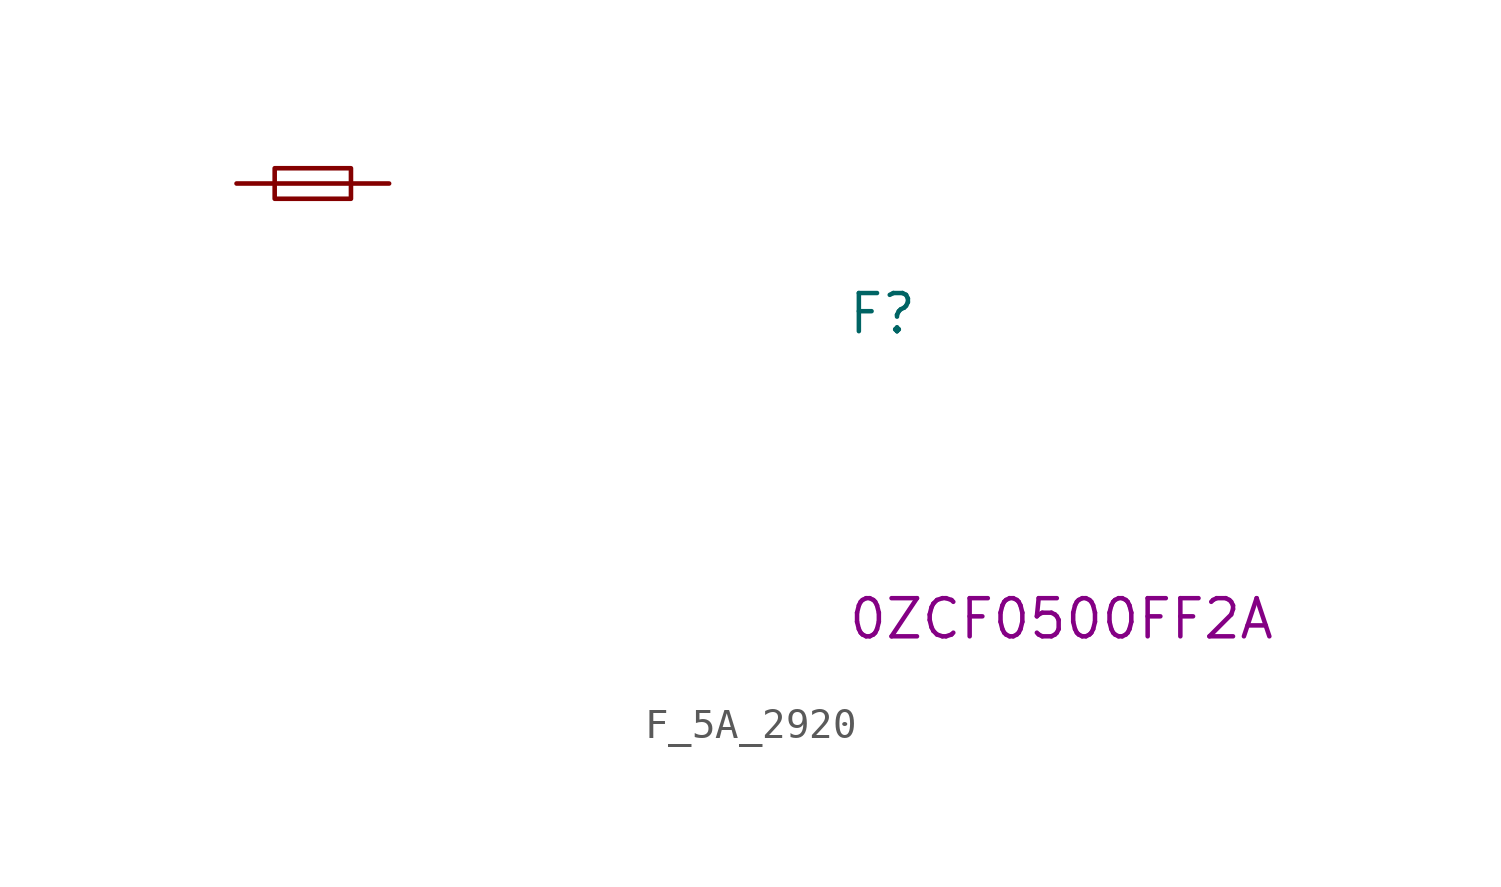
<source format=kicad_sym>
(kicad_symbol_lib
  (version 20220914)
  (generator kicad_symbol_editor)
  (symbol "F_5A_2920"
    (pin_numbers hide)
    (pin_names
      (offset 1.016) hide)
    (property "Reference" "F"
      (at 20.32 -5.08 0)
      (effects (font (size 1.27 1.27) (thickness 0.15)) (justify left bottom)))
    (property "MPN" "0ZCF0500FF2A"
      (at 20.32 -15.24 0)
      (effects (font (size 1.27 1.27) (thickness 0.15)) (justify left bottom)))
    (symbol "F_5A_2920_0_1"
      (polyline (pts (xy 1.27 0) (xy 3.81 0)) (stroke (width 0) (type default)) (fill (type none)))
      (rectangle (start 1.27 0.508) (end 3.81 -0.508) (stroke (width 0) (type default)) (fill (type none))))
    (symbol "F_5A_2920_1_1"
      (pin passive line (at 0 0 0) (length 1.27) (name "~" (effects (font (size 1.27 1.27)))) (number "1" (effects (font (size 1.27 1.27)))))
      (pin passive line (at 5.08 0 180) (length 1.27) (name "~" (effects (font (size 1.27 1.27)))) (number "2" (effects (font (size 1.27 1.27))))))))
</source>
